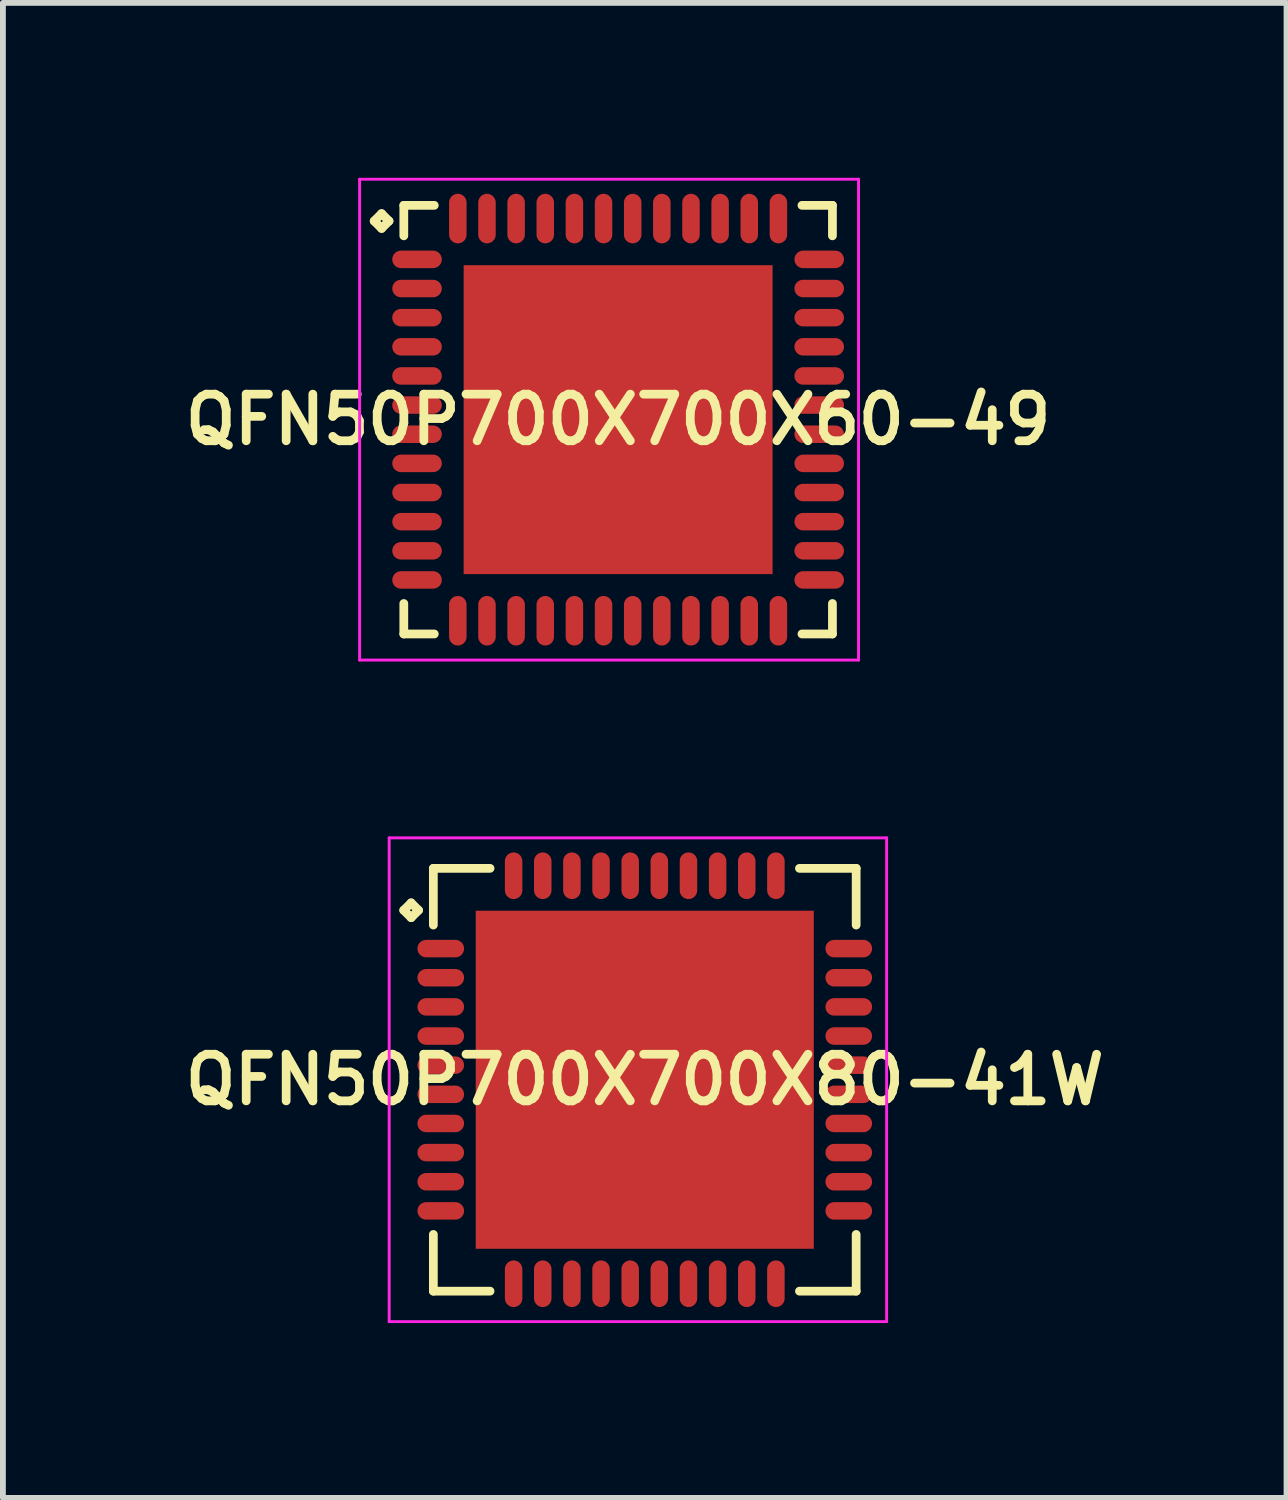
<source format=kicad_pcb>
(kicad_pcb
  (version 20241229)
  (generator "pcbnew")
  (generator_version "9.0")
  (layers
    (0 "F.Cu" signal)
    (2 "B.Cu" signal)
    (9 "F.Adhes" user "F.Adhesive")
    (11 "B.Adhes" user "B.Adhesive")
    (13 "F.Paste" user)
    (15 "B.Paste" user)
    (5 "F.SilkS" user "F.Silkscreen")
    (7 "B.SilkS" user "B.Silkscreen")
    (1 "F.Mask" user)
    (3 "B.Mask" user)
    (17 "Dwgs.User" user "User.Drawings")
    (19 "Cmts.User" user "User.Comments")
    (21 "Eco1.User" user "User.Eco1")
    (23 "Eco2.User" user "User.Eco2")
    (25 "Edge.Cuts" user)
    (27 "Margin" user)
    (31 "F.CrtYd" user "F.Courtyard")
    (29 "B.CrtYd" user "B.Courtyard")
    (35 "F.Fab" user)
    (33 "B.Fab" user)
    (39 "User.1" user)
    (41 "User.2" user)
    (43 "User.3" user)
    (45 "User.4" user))
  (footprint "QFN50P700X700X60-49"
    (layer "F.Cu")
    (at 7.555 4.15)
    (property "Reference" "QFN50P700X700X60-49" (at 0 0 0) (layer "F.SilkS") (effects (font (size 0.8 0.8) (thickness 0.15))))
    (attr smd)
    (fp_line (start -4.185 -3.408) (end -4.058 -3.535) (stroke (width 0.15) (type solid)) (layer "F.SilkS"))
    (fp_line (start -4.058 -3.535) (end -3.931 -3.408) (stroke (width 0.15) (type solid)) (layer "F.SilkS"))
    (fp_line (start -4.058 -3.281) (end -4.185 -3.408) (stroke (width 0.15) (type solid)) (layer "F.SilkS"))
    (fp_line (start -3.931 -3.408) (end -4.058 -3.281) (stroke (width 0.15) (type solid)) (layer "F.SilkS"))
    (fp_line (start -3.677 -3.677) (end -3.154 -3.677) (stroke (width 0.15) (type solid)) (layer "F.SilkS"))
    (fp_line (start -3.677 -3.154) (end -3.677 -3.677) (stroke (width 0.15) (type solid)) (layer "F.SilkS"))
    (fp_line (start -3.677 3.154) (end -3.677 3.677) (stroke (width 0.15) (type solid)) (layer "F.SilkS"))
    (fp_line (start -3.677 3.677) (end -3.154 3.677) (stroke (width 0.15) (type solid)) (layer "F.SilkS"))
    (fp_line (start 3.154 -3.677) (end 3.677 -3.677) (stroke (width 0.15) (type solid)) (layer "F.SilkS"))
    (fp_line (start 3.154 3.677) (end 3.677 3.677) (stroke (width 0.15) (type solid)) (layer "F.SilkS"))
    (fp_line (start 3.677 -3.677) (end 3.677 -3.154) (stroke (width 0.15) (type solid)) (layer "F.SilkS"))
    (fp_line (start 3.677 3.677) (end 3.677 3.154) (stroke (width 0.15) (type solid)) (layer "F.SilkS"))
    (fp_line (start -4.435 -4.125) (end 4.125 -4.125) (stroke (width 0.05) (type solid)) (layer "F.CrtYd"))
    (fp_line (start -4.435 4.125) (end -4.435 -4.125) (stroke (width 0.05) (type solid)) (layer "F.CrtYd"))
    (fp_line (start 4.125 -4.125) (end 4.125 4.125) (stroke (width 0.05) (type solid)) (layer "F.CrtYd"))
    (fp_line (start 4.125 4.125) (end -4.435 4.125) (stroke (width 0.05) (type solid)) (layer "F.CrtYd"))
    (pad "1" smd oval (at -3.45 -2.75) (size 0.85 0.3) (layers "F.Cu" "F.Mask" "F.Paste"))
    (pad "2" smd oval (at -3.45 -2.25) (size 0.85 0.3) (layers "F.Cu" "F.Mask" "F.Paste"))
    (pad "3" smd oval (at -3.45 -1.75) (size 0.85 0.3) (layers "F.Cu" "F.Mask" "F.Paste"))
    (pad "4" smd oval (at -3.45 -1.25) (size 0.85 0.3) (layers "F.Cu" "F.Mask" "F.Paste"))
    (pad "5" smd oval (at -3.45 -0.75) (size 0.85 0.3) (layers "F.Cu" "F.Mask" "F.Paste"))
    (pad "6" smd oval (at -3.45 -0.25) (size 0.85 0.3) (layers "F.Cu" "F.Mask" "F.Paste"))
    (pad "7" smd oval (at -3.45 0.25) (size 0.85 0.3) (layers "F.Cu" "F.Mask" "F.Paste"))
    (pad "8" smd oval (at -3.45 0.75) (size 0.85 0.3) (layers "F.Cu" "F.Mask" "F.Paste"))
    (pad "9" smd oval (at -3.45 1.25) (size 0.85 0.3) (layers "F.Cu" "F.Mask" "F.Paste"))
    (pad "10" smd oval (at -3.45 1.75) (size 0.85 0.3) (layers "F.Cu" "F.Mask" "F.Paste"))
    (pad "11" smd oval (at -3.45 2.25) (size 0.85 0.3) (layers "F.Cu" "F.Mask" "F.Paste"))
    (pad "12" smd oval (at -3.45 2.75) (size 0.85 0.3) (layers "F.Cu" "F.Mask" "F.Paste"))
    (pad "13" smd oval (at -2.75 3.45) (size 0.3 0.85) (layers "F.Cu" "F.Mask" "F.Paste"))
    (pad "14" smd oval (at -2.25 3.45) (size 0.3 0.85) (layers "F.Cu" "F.Mask" "F.Paste"))
    (pad "15" smd oval (at -1.75 3.45) (size 0.3 0.85) (layers "F.Cu" "F.Mask" "F.Paste"))
    (pad "16" smd oval (at -1.25 3.45) (size 0.3 0.85) (layers "F.Cu" "F.Mask" "F.Paste"))
    (pad "17" smd oval (at -0.75 3.45) (size 0.3 0.85) (layers "F.Cu" "F.Mask" "F.Paste"))
    (pad "18" smd oval (at -0.25 3.45) (size 0.3 0.85) (layers "F.Cu" "F.Mask" "F.Paste"))
    (pad "19" smd oval (at 0.25 3.45) (size 0.3 0.85) (layers "F.Cu" "F.Mask" "F.Paste"))
    (pad "20" smd oval (at 0.75 3.45) (size 0.3 0.85) (layers "F.Cu" "F.Mask" "F.Paste"))
    (pad "21" smd oval (at 1.25 3.45) (size 0.3 0.85) (layers "F.Cu" "F.Mask" "F.Paste"))
    (pad "22" smd oval (at 1.75 3.45) (size 0.3 0.85) (layers "F.Cu" "F.Mask" "F.Paste"))
    (pad "23" smd oval (at 2.25 3.45) (size 0.3 0.85) (layers "F.Cu" "F.Mask" "F.Paste"))
    (pad "24" smd oval (at 2.75 3.45) (size 0.3 0.85) (layers "F.Cu" "F.Mask" "F.Paste"))
    (pad "25" smd oval (at 3.45 2.75) (size 0.85 0.3) (layers "F.Cu" "F.Mask" "F.Paste"))
    (pad "26" smd oval (at 3.45 2.25) (size 0.85 0.3) (layers "F.Cu" "F.Mask" "F.Paste"))
    (pad "27" smd oval (at 3.45 1.75) (size 0.85 0.3) (layers "F.Cu" "F.Mask" "F.Paste"))
    (pad "28" smd oval (at 3.45 1.25) (size 0.85 0.3) (layers "F.Cu" "F.Mask" "F.Paste"))
    (pad "29" smd oval (at 3.45 0.75) (size 0.85 0.3) (layers "F.Cu" "F.Mask" "F.Paste"))
    (pad "30" smd oval (at 3.45 0.25) (size 0.85 0.3) (layers "F.Cu" "F.Mask" "F.Paste"))
    (pad "31" smd oval (at 3.45 -0.25) (size 0.85 0.3) (layers "F.Cu" "F.Mask" "F.Paste"))
    (pad "32" smd oval (at 3.45 -0.75) (size 0.85 0.3) (layers "F.Cu" "F.Mask" "F.Paste"))
    (pad "33" smd oval (at 3.45 -1.25) (size 0.85 0.3) (layers "F.Cu" "F.Mask" "F.Paste"))
    (pad "34" smd oval (at 3.45 -1.75) (size 0.85 0.3) (layers "F.Cu" "F.Mask" "F.Paste"))
    (pad "35" smd oval (at 3.45 -2.25) (size 0.85 0.3) (layers "F.Cu" "F.Mask" "F.Paste"))
    (pad "36" smd oval (at 3.45 -2.75) (size 0.85 0.3) (layers "F.Cu" "F.Mask" "F.Paste"))
    (pad "37" smd oval (at 2.75 -3.45) (size 0.3 0.85) (layers "F.Cu" "F.Mask" "F.Paste"))
    (pad "38" smd oval (at 2.25 -3.45) (size 0.3 0.85) (layers "F.Cu" "F.Mask" "F.Paste"))
    (pad "39" smd oval (at 1.75 -3.45) (size 0.3 0.85) (layers "F.Cu" "F.Mask" "F.Paste"))
    (pad "40" smd oval (at 1.25 -3.45) (size 0.3 0.85) (layers "F.Cu" "F.Mask" "F.Paste"))
    (pad "41" smd oval (at 0.75 -3.45) (size 0.3 0.85) (layers "F.Cu" "F.Mask" "F.Paste"))
    (pad "42" smd oval (at 0.25 -3.45) (size 0.3 0.85) (layers "F.Cu" "F.Mask" "F.Paste"))
    (pad "43" smd oval (at -0.25 -3.45) (size 0.3 0.85) (layers "F.Cu" "F.Mask" "F.Paste"))
    (pad "44" smd oval (at -0.75 -3.45) (size 0.3 0.85) (layers "F.Cu" "F.Mask" "F.Paste"))
    (pad "45" smd oval (at -1.25 -3.45) (size 0.3 0.85) (layers "F.Cu" "F.Mask" "F.Paste"))
    (pad "46" smd oval (at -1.75 -3.45) (size 0.3 0.85) (layers "F.Cu" "F.Mask" "F.Paste"))
    (pad "47" smd oval (at -2.25 -3.45) (size 0.3 0.85) (layers "F.Cu" "F.Mask" "F.Paste"))
    (pad "48" smd oval (at -2.75 -3.45) (size 0.3 0.85) (layers "F.Cu" "F.Mask" "F.Paste"))
    (pad "49" smd rect (at 0 0) (size 5.3 5.3) (layers "F.Cu" "F.Mask" "F.Paste")))
  (footprint "QFN50P700X700X80-41W"
    (layer "F.Cu")
    (at 8.012 15.475)
    (property "Reference" "QFN50P700X700X80-41W" (at 0 0 0) (layer "F.SilkS") (effects (font (size 0.8 0.8) (thickness 0.15))))
    (attr smd)
    (fp_line (start -4.135 -2.908) (end -4.008 -3.035) (stroke (width 0.15) (type solid)) (layer "F.SilkS"))
    (fp_line (start -4.008 -3.035) (end -3.881 -2.908) (stroke (width 0.15) (type solid)) (layer "F.SilkS"))
    (fp_line (start -4.008 -2.781) (end -4.135 -2.908) (stroke (width 0.15) (type solid)) (layer "F.SilkS"))
    (fp_line (start -3.881 -2.908) (end -4.008 -2.781) (stroke (width 0.15) (type solid)) (layer "F.SilkS"))
    (fp_line (start -3.627 -3.627) (end -2.654 -3.627) (stroke (width 0.15) (type solid)) (layer "F.SilkS"))
    (fp_line (start -3.627 -2.654) (end -3.627 -3.627) (stroke (width 0.15) (type solid)) (layer "F.SilkS"))
    (fp_line (start -3.627 2.654) (end -3.627 3.627) (stroke (width 0.15) (type solid)) (layer "F.SilkS"))
    (fp_line (start -3.627 3.627) (end -2.654 3.627) (stroke (width 0.15) (type solid)) (layer "F.SilkS"))
    (fp_line (start 2.654 -3.627) (end 3.627 -3.627) (stroke (width 0.15) (type solid)) (layer "F.SilkS"))
    (fp_line (start 2.654 3.627) (end 3.627 3.627) (stroke (width 0.15) (type solid)) (layer "F.SilkS"))
    (fp_line (start 3.627 -3.627) (end 3.627 -2.654) (stroke (width 0.15) (type solid)) (layer "F.SilkS"))
    (fp_line (start 3.627 3.627) (end 3.627 2.654) (stroke (width 0.15) (type solid)) (layer "F.SilkS"))
    (fp_line (start -4.385 -4.15) (end 4.15 -4.15) (stroke (width 0.05) (type solid)) (layer "F.CrtYd"))
    (fp_line (start -4.385 4.15) (end -4.385 -4.15) (stroke (width 0.05) (type solid)) (layer "F.CrtYd"))
    (fp_line (start 4.15 -4.15) (end 4.15 4.15) (stroke (width 0.05) (type solid)) (layer "F.CrtYd"))
    (fp_line (start 4.15 4.15) (end -4.385 4.15) (stroke (width 0.05) (type solid)) (layer "F.CrtYd"))
    (pad "1" smd oval (at -3.5 -2.25) (size 0.8 0.3) (layers "F.Cu" "F.Mask" "F.Paste"))
    (pad "2" smd oval (at -3.5 -1.75) (size 0.8 0.3) (layers "F.Cu" "F.Mask" "F.Paste"))
    (pad "3" smd oval (at -3.5 -1.25) (size 0.8 0.3) (layers "F.Cu" "F.Mask" "F.Paste"))
    (pad "4" smd oval (at -3.5 -0.75) (size 0.8 0.3) (layers "F.Cu" "F.Mask" "F.Paste"))
    (pad "5" smd oval (at -3.5 -0.25) (size 0.8 0.3) (layers "F.Cu" "F.Mask" "F.Paste"))
    (pad "6" smd oval (at -3.5 0.25) (size 0.8 0.3) (layers "F.Cu" "F.Mask" "F.Paste"))
    (pad "7" smd oval (at -3.5 0.75) (size 0.8 0.3) (layers "F.Cu" "F.Mask" "F.Paste"))
    (pad "8" smd oval (at -3.5 1.25) (size 0.8 0.3) (layers "F.Cu" "F.Mask" "F.Paste"))
    (pad "9" smd oval (at -3.5 1.75) (size 0.8 0.3) (layers "F.Cu" "F.Mask" "F.Paste"))
    (pad "10" smd oval (at -3.5 2.25) (size 0.8 0.3) (layers "F.Cu" "F.Mask" "F.Paste"))
    (pad "11" smd oval (at -2.25 3.5) (size 0.3 0.8) (layers "F.Cu" "F.Mask" "F.Paste"))
    (pad "12" smd oval (at -1.75 3.5) (size 0.3 0.8) (layers "F.Cu" "F.Mask" "F.Paste"))
    (pad "13" smd oval (at -1.25 3.5) (size 0.3 0.8) (layers "F.Cu" "F.Mask" "F.Paste"))
    (pad "14" smd oval (at -0.75 3.5) (size 0.3 0.8) (layers "F.Cu" "F.Mask" "F.Paste"))
    (pad "15" smd oval (at -0.25 3.5) (size 0.3 0.8) (layers "F.Cu" "F.Mask" "F.Paste"))
    (pad "16" smd oval (at 0.25 3.5) (size 0.3 0.8) (layers "F.Cu" "F.Mask" "F.Paste"))
    (pad "17" smd oval (at 0.75 3.5) (size 0.3 0.8) (layers "F.Cu" "F.Mask" "F.Paste"))
    (pad "18" smd oval (at 1.25 3.5) (size 0.3 0.8) (layers "F.Cu" "F.Mask" "F.Paste"))
    (pad "19" smd oval (at 1.75 3.5) (size 0.3 0.8) (layers "F.Cu" "F.Mask" "F.Paste"))
    (pad "20" smd oval (at 2.25 3.5) (size 0.3 0.8) (layers "F.Cu" "F.Mask" "F.Paste"))
    (pad "21" smd oval (at 3.5 2.25) (size 0.8 0.3) (layers "F.Cu" "F.Mask" "F.Paste"))
    (pad "22" smd oval (at 3.5 1.75) (size 0.8 0.3) (layers "F.Cu" "F.Mask" "F.Paste"))
    (pad "23" smd oval (at 3.5 1.25) (size 0.8 0.3) (layers "F.Cu" "F.Mask" "F.Paste"))
    (pad "24" smd oval (at 3.5 0.75) (size 0.8 0.3) (layers "F.Cu" "F.Mask" "F.Paste"))
    (pad "25" smd oval (at 3.5 0.25) (size 0.8 0.3) (layers "F.Cu" "F.Mask" "F.Paste"))
    (pad "26" smd oval (at 3.5 -0.25) (size 0.8 0.3) (layers "F.Cu" "F.Mask" "F.Paste"))
    (pad "27" smd oval (at 3.5 -0.75) (size 0.8 0.3) (layers "F.Cu" "F.Mask" "F.Paste"))
    (pad "28" smd oval (at 3.5 -1.25) (size 0.8 0.3) (layers "F.Cu" "F.Mask" "F.Paste"))
    (pad "29" smd oval (at 3.5 -1.75) (size 0.8 0.3) (layers "F.Cu" "F.Mask" "F.Paste"))
    (pad "30" smd oval (at 3.5 -2.25) (size 0.8 0.3) (layers "F.Cu" "F.Mask" "F.Paste"))
    (pad "31" smd oval (at 2.25 -3.5) (size 0.3 0.8) (layers "F.Cu" "F.Mask" "F.Paste"))
    (pad "32" smd oval (at 1.75 -3.5) (size 0.3 0.8) (layers "F.Cu" "F.Mask" "F.Paste"))
    (pad "33" smd oval (at 1.25 -3.5) (size 0.3 0.8) (layers "F.Cu" "F.Mask" "F.Paste"))
    (pad "34" smd oval (at 0.75 -3.5) (size 0.3 0.8) (layers "F.Cu" "F.Mask" "F.Paste"))
    (pad "35" smd oval (at 0.25 -3.5) (size 0.3 0.8) (layers "F.Cu" "F.Mask" "F.Paste"))
    (pad "36" smd oval (at -0.25 -3.5) (size 0.3 0.8) (layers "F.Cu" "F.Mask" "F.Paste"))
    (pad "37" smd oval (at -0.75 -3.5) (size 0.3 0.8) (layers "F.Cu" "F.Mask" "F.Paste"))
    (pad "38" smd oval (at -1.25 -3.5) (size 0.3 0.8) (layers "F.Cu" "F.Mask" "F.Paste"))
    (pad "39" smd oval (at -1.75 -3.5) (size 0.3 0.8) (layers "F.Cu" "F.Mask" "F.Paste"))
    (pad "40" smd oval (at -2.25 -3.5) (size 0.3 0.8) (layers "F.Cu" "F.Mask" "F.Paste"))
    (pad "41" smd rect (at 0 0) (size 5.8 5.8) (layers "F.Cu" "F.Mask" "F.Paste")))
  (gr_rect
    (start -3 -3)
    (end 19.023 22.65)
    (stroke (width 0.1) (type default))
    (fill no)
    (layer "Edge.Cuts")))
</source>
